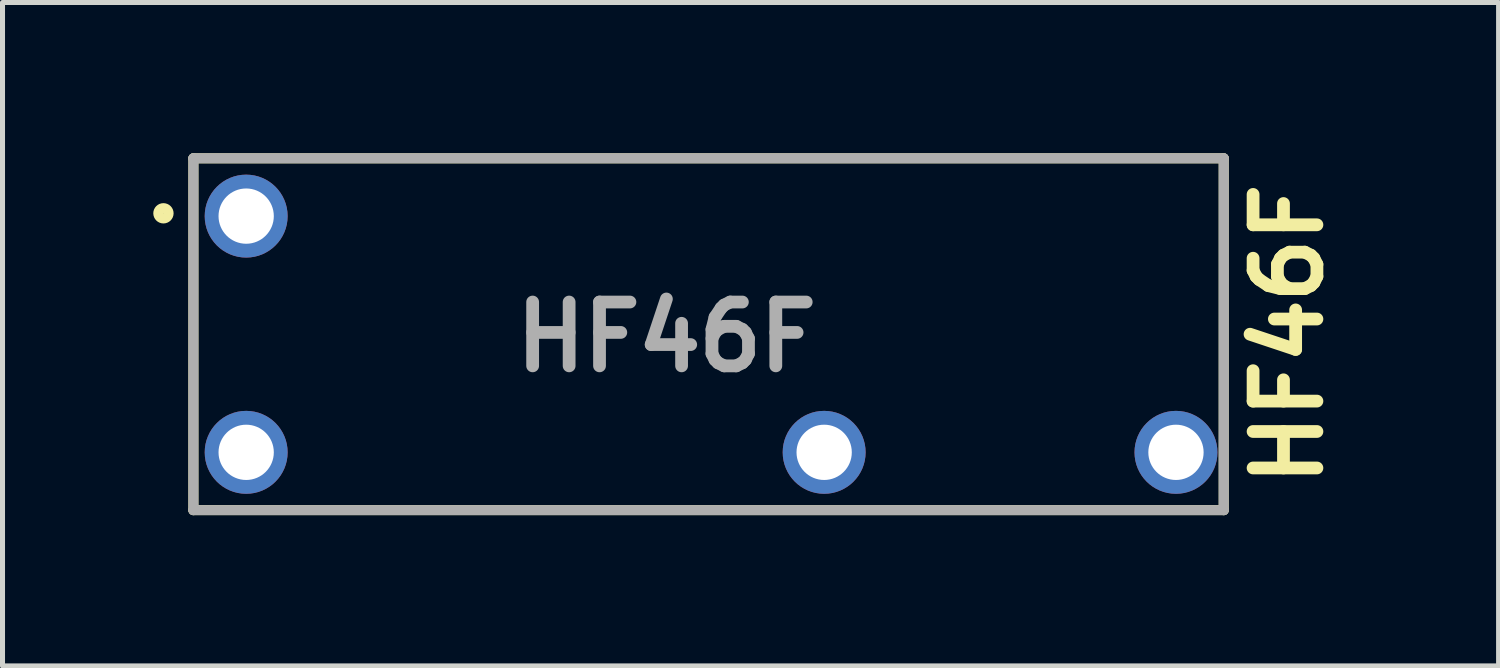
<source format=kicad_pcb>
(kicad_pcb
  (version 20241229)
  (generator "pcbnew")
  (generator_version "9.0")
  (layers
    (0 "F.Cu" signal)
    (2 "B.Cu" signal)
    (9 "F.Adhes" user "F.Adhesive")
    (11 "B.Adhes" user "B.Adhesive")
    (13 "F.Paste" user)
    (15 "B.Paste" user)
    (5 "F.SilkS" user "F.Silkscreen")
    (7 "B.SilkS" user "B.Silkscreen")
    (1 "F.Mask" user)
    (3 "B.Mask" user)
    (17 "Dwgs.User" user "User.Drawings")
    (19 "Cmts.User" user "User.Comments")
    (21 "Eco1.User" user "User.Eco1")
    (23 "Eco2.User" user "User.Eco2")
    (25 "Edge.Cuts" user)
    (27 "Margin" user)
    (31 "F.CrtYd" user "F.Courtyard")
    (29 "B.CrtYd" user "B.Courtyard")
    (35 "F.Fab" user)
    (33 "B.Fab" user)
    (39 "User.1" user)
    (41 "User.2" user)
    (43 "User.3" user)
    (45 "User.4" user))
  (footprint "HF46F"
    (layer "F.Cu")
    (at 0.798 3.6)
    (property "Reference" "HF46F" (at 21.78 0 90) (layer "F.SilkS") (effects (font (size 1.27 1.27) (thickness 0.254))))
    (attr through_hole)
    (fp_line (start 0 -3.5) (end 20.5 -3.5) (stroke (width 0.2) (type solid)) (layer "F.SilkS"))
    (fp_line (start 0 3.5) (end 0 -3.5) (stroke (width 0.2) (type solid)) (layer "F.SilkS"))
    (fp_line (start 20.5 -3.5) (end 20.5 3.5) (stroke (width 0.2) (type solid)) (layer "F.SilkS"))
    (fp_line (start 20.5 3.5) (end 0 3.5) (stroke (width 0.2) (type solid)) (layer "F.SilkS"))
    (fp_circle (center -0.596 -2.406) (end -0.596 -2.304) (stroke (width 0.2) (type solid)) (fill no) (layer "F.SilkS"))
    (fp_line (start 0 -3.5) (end 20.5 -3.5) (stroke (width 0.2) (type solid)) (layer "F.Fab"))
    (fp_line (start 0 3.5) (end 0 -3.5) (stroke (width 0.2) (type solid)) (layer "F.Fab"))
    (fp_line (start 20.5 -3.5) (end 20.5 3.5) (stroke (width 0.2) (type solid)) (layer "F.Fab"))
    (fp_line (start 20.5 3.5) (end 0 3.5) (stroke (width 0.2) (type solid)) (layer "F.Fab"))
    (fp_text user "${REFERENCE}" (at 9.411 0.055 0) (layer "F.Fab") (effects (font (size 1.27 1.27) (thickness 0.254))))
    (pad "1" thru_hole circle (at 1.05 -2.35) (size 1.65 1.65) (drill 1.1) (layers "*.Cu" "*.Mask"))
    (pad "2" thru_hole circle (at 1.05 2.35) (size 1.65 1.65) (drill 1.1) (layers "*.Cu" "*.Mask"))
    (pad "3" thru_hole circle (at 12.55 2.35) (size 1.65 1.65) (drill 1.1) (layers "*.Cu" "*.Mask"))
    (pad "4" thru_hole circle (at 19.55 2.35) (size 1.65 1.65) (drill 1.1) (layers "*.Cu" "*.Mask")))
  (gr_rect
    (start -3 -3)
    (end 26.767 10.2)
    (stroke (width 0.1) (type default))
    (fill no)
    (layer "Edge.Cuts")))
</source>
